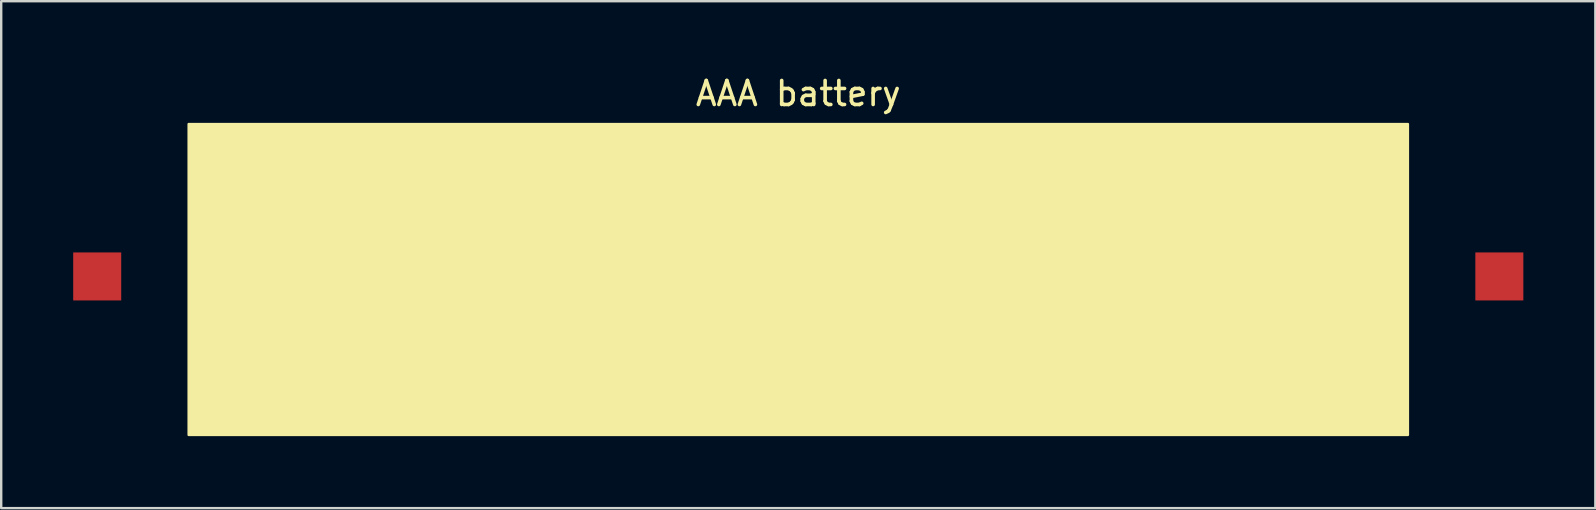
<source format=kicad_pcb>
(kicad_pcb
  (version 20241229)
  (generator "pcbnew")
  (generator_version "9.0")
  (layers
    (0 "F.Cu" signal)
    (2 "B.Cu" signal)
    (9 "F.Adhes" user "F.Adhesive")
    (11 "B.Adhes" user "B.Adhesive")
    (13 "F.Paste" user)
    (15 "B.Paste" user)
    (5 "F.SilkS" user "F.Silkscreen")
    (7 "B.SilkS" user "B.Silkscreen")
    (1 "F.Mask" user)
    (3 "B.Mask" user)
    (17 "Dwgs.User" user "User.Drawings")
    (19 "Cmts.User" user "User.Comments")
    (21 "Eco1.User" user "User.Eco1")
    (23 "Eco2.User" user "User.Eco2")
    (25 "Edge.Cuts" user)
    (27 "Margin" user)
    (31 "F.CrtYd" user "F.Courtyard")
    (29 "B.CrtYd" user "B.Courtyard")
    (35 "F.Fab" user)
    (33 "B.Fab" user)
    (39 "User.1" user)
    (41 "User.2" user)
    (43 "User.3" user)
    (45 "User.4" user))
  (footprint "AAA battery"
    (layer "F.Cu")
    (at 30.21 8.468)
    (property "Reference" "AAA battery" (at 0 -7.62 0) (layer "F.SilkS") (effects (font (size 1 1) (thickness 0.15))))
    (attr through_hole)
    (fp_poly (pts (xy 25.4 6.604) (xy -25.4 6.604) (xy -25.4 -6.35) (xy 25.4 -6.35)) (stroke (width 0.1) (type solid)) (fill yes) (layer "F.SilkS"))
    (pad "1" smd rect (at -29.21 0) (size 2 2) (layers "F.Cu" "F.Mask" "F.Paste"))
    (pad "2" smd rect (at 29.21 0) (size 2 2) (layers "F.Cu" "F.Mask" "F.Paste")))
  (gr_rect
    (start -3 -3)
    (end 63.42 18.122)
    (stroke (width 0.1) (type default))
    (fill no)
    (layer "Edge.Cuts")))
</source>
